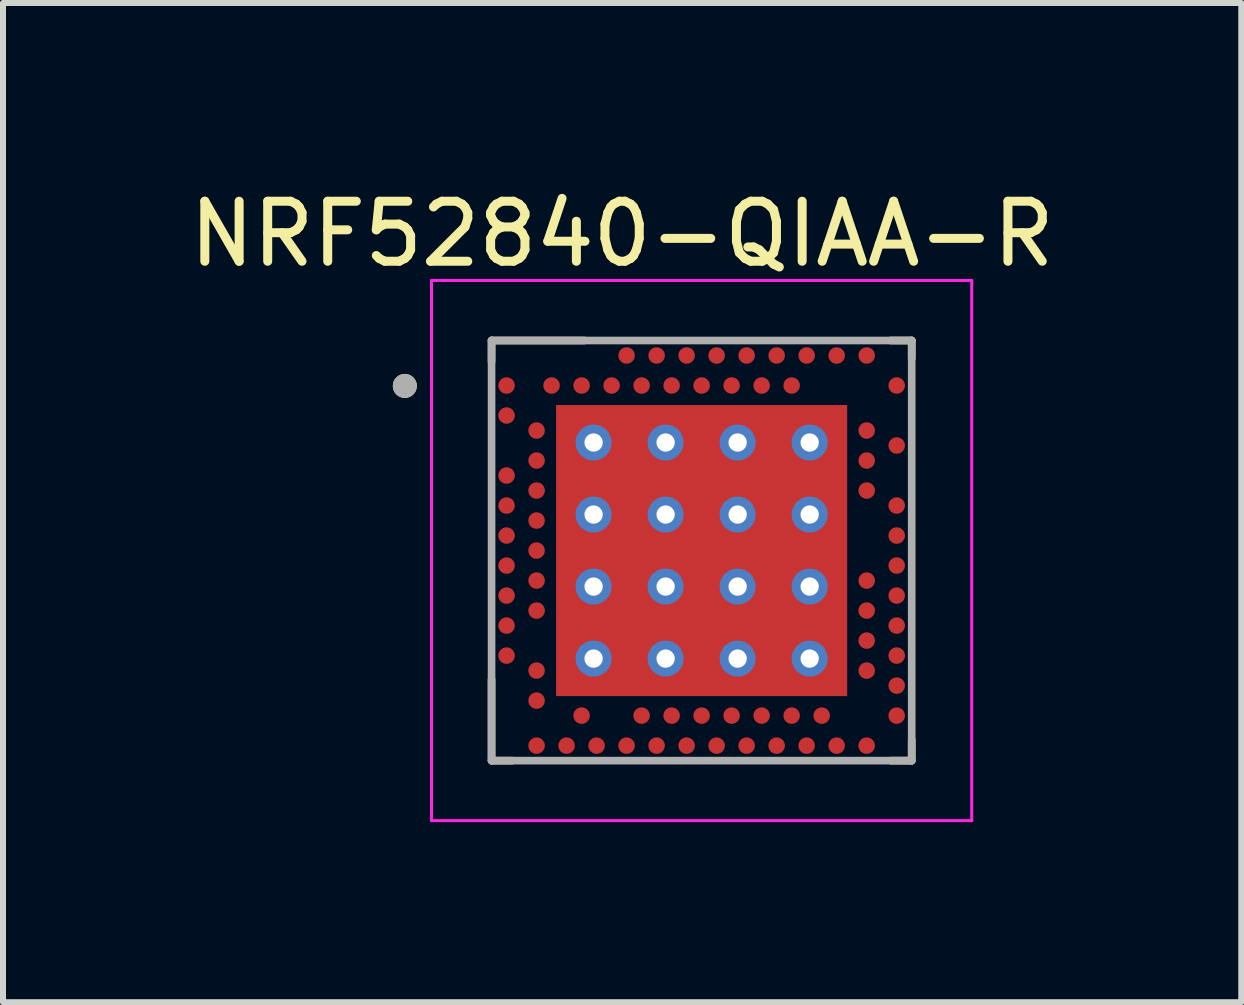
<source format=kicad_pcb>
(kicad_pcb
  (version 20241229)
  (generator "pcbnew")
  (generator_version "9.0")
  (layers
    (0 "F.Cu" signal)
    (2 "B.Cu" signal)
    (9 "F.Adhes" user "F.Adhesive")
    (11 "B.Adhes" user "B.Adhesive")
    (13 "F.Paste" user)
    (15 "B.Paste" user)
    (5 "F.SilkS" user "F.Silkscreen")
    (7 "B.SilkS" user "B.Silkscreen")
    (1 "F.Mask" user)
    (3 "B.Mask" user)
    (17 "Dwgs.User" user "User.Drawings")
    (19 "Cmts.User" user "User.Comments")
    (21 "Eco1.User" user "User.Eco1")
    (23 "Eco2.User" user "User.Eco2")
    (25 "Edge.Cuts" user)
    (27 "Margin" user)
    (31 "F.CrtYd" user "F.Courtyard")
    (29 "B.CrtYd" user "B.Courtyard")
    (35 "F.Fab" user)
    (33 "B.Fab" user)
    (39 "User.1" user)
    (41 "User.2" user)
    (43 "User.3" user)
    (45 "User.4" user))
  (footprint "NRF52840-QIAA-R"
    (layer "F.Cu")
    (at 8.64 6.123)
    (property "Reference" "NRF52840-QIAA-R" (at -1.325 -5.275 0) (layer "F.SilkS") (effects (font (size 1 1) (thickness 0.15))))
    (attr smd)
    (fp_line (start -3.5 -3.5) (end -1.95 -3.5) (stroke (width 0.127) (type solid)) (layer "F.SilkS"))
    (fp_line (start -3.5 -3.15) (end -3.5 -3.5) (stroke (width 0.127) (type solid)) (layer "F.SilkS"))
    (fp_line (start -3.5 3.5) (end -3.5 2.15) (stroke (width 0.127) (type solid)) (layer "F.SilkS"))
    (fp_line (start -3.15 3.5) (end -3.5 3.5) (stroke (width 0.127) (type solid)) (layer "F.SilkS"))
    (fp_line (start 3.15 -3.5) (end 3.5 -3.5) (stroke (width 0.127) (type solid)) (layer "F.SilkS"))
    (fp_line (start 3.5 -3.5) (end 3.5 -3.2) (stroke (width 0.127) (type solid)) (layer "F.SilkS"))
    (fp_line (start 3.5 3.15) (end 3.5 3.5) (stroke (width 0.127) (type solid)) (layer "F.SilkS"))
    (fp_line (start 3.5 3.5) (end 3.15 3.5) (stroke (width 0.127) (type solid)) (layer "F.SilkS"))
    (fp_circle (center -4.945 -2.743) (end -4.845 -2.743) (stroke (width 0.2) (type solid)) (fill no) (layer "F.SilkS"))
    (fp_poly (pts (xy -2.075 -2.075) (xy -0.355 -2.075) (xy -0.355 -0.355) (xy -2.075 -0.355)) (stroke (width 0.01) (type solid)) (fill yes) (layer "F.Paste"))
    (fp_poly (pts (xy -2.075 0.355) (xy -0.355 0.355) (xy -0.355 2.075) (xy -2.075 2.075)) (stroke (width 0.01) (type solid)) (fill yes) (layer "F.Paste"))
    (fp_poly (pts (xy 0.355 -2.075) (xy 2.075 -2.075) (xy 2.075 -0.355) (xy 0.355 -0.355)) (stroke (width 0.01) (type solid)) (fill yes) (layer "F.Paste"))
    (fp_poly (pts (xy 0.355 0.355) (xy 2.075 0.355) (xy 2.075 2.075) (xy 0.355 2.075)) (stroke (width 0.01) (type solid)) (fill yes) (layer "F.Paste"))
    (fp_line (start -4.5 -4.5) (end -4.5 4.5) (stroke (width 0.05) (type solid)) (layer "F.CrtYd"))
    (fp_line (start -4.5 4.5) (end 4.5 4.5) (stroke (width 0.05) (type solid)) (layer "F.CrtYd"))
    (fp_line (start 4.5 -4.5) (end -4.5 -4.5) (stroke (width 0.05) (type solid)) (layer "F.CrtYd"))
    (fp_line (start 4.5 4.5) (end 4.5 -4.5) (stroke (width 0.05) (type solid)) (layer "F.CrtYd"))
    (fp_line (start -3.5 -3.5) (end 3.5 -3.5) (stroke (width 0.127) (type solid)) (layer "F.Fab"))
    (fp_line (start -3.5 3.5) (end -3.5 -3.5) (stroke (width 0.127) (type solid)) (layer "F.Fab"))
    (fp_line (start 3.5 -3.5) (end 3.5 3.5) (stroke (width 0.127) (type solid)) (layer "F.Fab"))
    (fp_line (start 3.5 3.5) (end -3.5 3.5) (stroke (width 0.127) (type solid)) (layer "F.Fab"))
    (fp_circle (center -4.945 -2.743) (end -4.845 -2.743) (stroke (width 0.2) (type solid)) (fill no) (layer "F.Fab"))
    (pad "74" smd rect (at 0 0) (size 4.85 4.85) (layers "F.Cu" "F.Mask"))
    (pad "74_1" thru_hole circle (at -1.8 -1.8) (size 0.6 0.6) (drill 0.305) (layers "*.Cu"))
    (pad "74_2" thru_hole circle (at -0.6 -1.8) (size 0.6 0.6) (drill 0.305) (layers "*.Cu"))
    (pad "74_3" thru_hole circle (at 0.6 -1.8) (size 0.6 0.6) (drill 0.305) (layers "*.Cu"))
    (pad "74_4" thru_hole circle (at 1.8 -1.8) (size 0.6 0.6) (drill 0.305) (layers "*.Cu"))
    (pad "74_5" thru_hole circle (at -1.8 -0.6) (size 0.6 0.6) (drill 0.305) (layers "*.Cu"))
    (pad "74_6" thru_hole circle (at -0.6 -0.6) (size 0.6 0.6) (drill 0.305) (layers "*.Cu"))
    (pad "74_7" thru_hole circle (at 0.6 -0.6) (size 0.6 0.6) (drill 0.305) (layers "*.Cu"))
    (pad "74_8" thru_hole circle (at 1.8 -0.6) (size 0.6 0.6) (drill 0.305) (layers "*.Cu"))
    (pad "74_9" thru_hole circle (at -1.8 0.6) (size 0.6 0.6) (drill 0.305) (layers "*.Cu"))
    (pad "74_10" thru_hole circle (at -0.6 0.6) (size 0.6 0.6) (drill 0.305) (layers "*.Cu"))
    (pad "74_11" thru_hole circle (at 0.6 0.6) (size 0.6 0.6) (drill 0.305) (layers "*.Cu"))
    (pad "74_12" thru_hole circle (at 1.8 0.6) (size 0.6 0.6) (drill 0.305) (layers "*.Cu"))
    (pad "74_13" thru_hole circle (at -1.8 1.8) (size 0.6 0.6) (drill 0.305) (layers "*.Cu"))
    (pad "74_14" thru_hole circle (at -0.6 1.8) (size 0.6 0.6) (drill 0.305) (layers "*.Cu"))
    (pad "74_15" thru_hole circle (at 0.6 1.8) (size 0.6 0.6) (drill 0.305) (layers "*.Cu"))
    (pad "74_16" thru_hole circle (at 1.8 1.8) (size 0.6 0.6) (drill 0.305) (layers "*.Cu"))
    (pad "A8" smd circle (at -1.25 -3.25) (size 0.275 0.275) (layers "F.Cu" "F.Mask" "F.Paste"))
    (pad "A10" smd circle (at -0.75 -3.25) (size 0.275 0.275) (layers "F.Cu" "F.Mask" "F.Paste"))
    (pad "A12" smd circle (at -0.25 -3.25) (size 0.275 0.275) (layers "F.Cu" "F.Mask" "F.Paste"))
    (pad "A14" smd circle (at 0.25 -3.25) (size 0.275 0.275) (layers "F.Cu" "F.Mask" "F.Paste"))
    (pad "A16" smd circle (at 0.75 -3.25) (size 0.275 0.275) (layers "F.Cu" "F.Mask" "F.Paste"))
    (pad "A18" smd circle (at 1.25 -3.25) (size 0.275 0.275) (layers "F.Cu" "F.Mask" "F.Paste"))
    (pad "A20" smd circle (at 1.75 -3.25) (size 0.275 0.275) (layers "F.Cu" "F.Mask" "F.Paste"))
    (pad "A22" smd circle (at 2.25 -3.25) (size 0.275 0.275) (layers "F.Cu" "F.Mask" "F.Paste"))
    (pad "A23" smd circle (at 2.75 -3.25) (size 0.275 0.275) (layers "F.Cu" "F.Mask" "F.Paste"))
    (pad "AA24" smd circle (at 3.25 2.25) (size 0.275 0.275) (layers "F.Cu" "F.Mask" "F.Paste"))
    (pad "AB2" smd circle (at -2.75 2.5) (size 0.275 0.275) (layers "F.Cu" "F.Mask" "F.Paste"))
    (pad "AC5" smd circle (at -2 2.75) (size 0.275 0.275) (layers "F.Cu" "F.Mask" "F.Paste"))
    (pad "AC9" smd circle (at -1 2.75) (size 0.275 0.275) (layers "F.Cu" "F.Mask" "F.Paste"))
    (pad "AC11" smd circle (at -0.5 2.75) (size 0.275 0.275) (layers "F.Cu" "F.Mask" "F.Paste"))
    (pad "AC13" smd circle (at 0 2.75) (size 0.275 0.275) (layers "F.Cu" "F.Mask" "F.Paste"))
    (pad "AC15" smd circle (at 0.5 2.75) (size 0.275 0.275) (layers "F.Cu" "F.Mask" "F.Paste"))
    (pad "AC17" smd circle (at 1 2.75) (size 0.275 0.275) (layers "F.Cu" "F.Mask" "F.Paste"))
    (pad "AC19" smd circle (at 1.5 2.75) (size 0.275 0.275) (layers "F.Cu" "F.Mask" "F.Paste"))
    (pad "AC21" smd circle (at 2 2.75) (size 0.275 0.275) (layers "F.Cu" "F.Mask" "F.Paste"))
    (pad "AC24" smd circle (at 3.25 2.75) (size 0.275 0.275) (layers "F.Cu" "F.Mask" "F.Paste"))
    (pad "AD2" smd circle (at -2.75 3.25) (size 0.275 0.275) (layers "F.Cu" "F.Mask" "F.Paste"))
    (pad "AD4" smd circle (at -2.25 3.25) (size 0.275 0.275) (layers "F.Cu" "F.Mask" "F.Paste"))
    (pad "AD6" smd circle (at -1.75 3.25) (size 0.275 0.275) (layers "F.Cu" "F.Mask" "F.Paste"))
    (pad "AD8" smd circle (at -1.25 3.25) (size 0.275 0.275) (layers "F.Cu" "F.Mask" "F.Paste"))
    (pad "AD10" smd circle (at -0.75 3.25) (size 0.275 0.275) (layers "F.Cu" "F.Mask" "F.Paste"))
    (pad "AD12" smd circle (at -0.25 3.25) (size 0.275 0.275) (layers "F.Cu" "F.Mask" "F.Paste"))
    (pad "AD14" smd circle (at 0.25 3.25) (size 0.275 0.275) (layers "F.Cu" "F.Mask" "F.Paste"))
    (pad "AD16" smd circle (at 0.75 3.25) (size 0.275 0.275) (layers "F.Cu" "F.Mask" "F.Paste"))
    (pad "AD18" smd circle (at 1.25 3.25) (size 0.275 0.275) (layers "F.Cu" "F.Mask" "F.Paste"))
    (pad "AD20" smd circle (at 1.75 3.25) (size 0.275 0.275) (layers "F.Cu" "F.Mask" "F.Paste"))
    (pad "AD22" smd circle (at 2.25 3.25) (size 0.275 0.275) (layers "F.Cu" "F.Mask" "F.Paste"))
    (pad "AD23" smd circle (at 2.75 3.25) (size 0.275 0.275) (layers "F.Cu" "F.Mask" "F.Paste"))
    (pad "B1" smd circle (at -3.25 -2.75) (size 0.275 0.275) (layers "F.Cu" "F.Mask" "F.Paste"))
    (pad "B3" smd circle (at -2.5 -2.75) (size 0.275 0.275) (layers "F.Cu" "F.Mask" "F.Paste"))
    (pad "B5" smd circle (at -2 -2.75) (size 0.275 0.275) (layers "F.Cu" "F.Mask" "F.Paste"))
    (pad "B7" smd circle (at -1.5 -2.75) (size 0.275 0.275) (layers "F.Cu" "F.Mask" "F.Paste"))
    (pad "B9" smd circle (at -1 -2.75) (size 0.275 0.275) (layers "F.Cu" "F.Mask" "F.Paste"))
    (pad "B11" smd circle (at -0.5 -2.75) (size 0.275 0.275) (layers "F.Cu" "F.Mask" "F.Paste"))
    (pad "B13" smd circle (at 0 -2.75) (size 0.275 0.275) (layers "F.Cu" "F.Mask" "F.Paste"))
    (pad "B15" smd circle (at 0.5 -2.75) (size 0.275 0.275) (layers "F.Cu" "F.Mask" "F.Paste"))
    (pad "B17" smd circle (at 1 -2.75) (size 0.275 0.275) (layers "F.Cu" "F.Mask" "F.Paste"))
    (pad "B19" smd circle (at 1.5 -2.75) (size 0.275 0.275) (layers "F.Cu" "F.Mask" "F.Paste"))
    (pad "B24" smd circle (at 3.25 -2.75) (size 0.275 0.275) (layers "F.Cu" "F.Mask" "F.Paste"))
    (pad "C1" smd circle (at -3.25 -2.25) (size 0.275 0.275) (layers "F.Cu" "F.Mask" "F.Paste"))
    (pad "D2" smd circle (at -2.75 -2) (size 0.275 0.275) (layers "F.Cu" "F.Mask" "F.Paste"))
    (pad "D23" smd circle (at 2.75 -2) (size 0.275 0.275) (layers "F.Cu" "F.Mask" "F.Paste"))
    (pad "E24" smd circle (at 3.25 -1.75) (size 0.275 0.275) (layers "F.Cu" "F.Mask" "F.Paste"))
    (pad "F2" smd circle (at -2.75 -1.5) (size 0.275 0.275) (layers "F.Cu" "F.Mask" "F.Paste"))
    (pad "F23" smd circle (at 2.75 -1.5) (size 0.275 0.275) (layers "F.Cu" "F.Mask" "F.Paste"))
    (pad "G1" smd circle (at -3.25 -1.25) (size 0.275 0.275) (layers "F.Cu" "F.Mask" "F.Paste"))
    (pad "H2" smd circle (at -2.75 -1) (size 0.275 0.275) (layers "F.Cu" "F.Mask" "F.Paste"))
    (pad "H23" smd circle (at 2.75 -1) (size 0.275 0.275) (layers "F.Cu" "F.Mask" "F.Paste"))
    (pad "J1" smd circle (at -3.25 -0.75) (size 0.275 0.275) (layers "F.Cu" "F.Mask" "F.Paste"))
    (pad "J24" smd circle (at 3.25 -0.75) (size 0.275 0.275) (layers "F.Cu" "F.Mask" "F.Paste"))
    (pad "K2" smd circle (at -2.75 -0.5) (size 0.275 0.275) (layers "F.Cu" "F.Mask" "F.Paste"))
    (pad "L1" smd circle (at -3.25 -0.25) (size 0.275 0.275) (layers "F.Cu" "F.Mask" "F.Paste"))
    (pad "L24" smd circle (at 3.25 -0.25) (size 0.275 0.275) (layers "F.Cu" "F.Mask" "F.Paste"))
    (pad "M2" smd circle (at -2.75 0) (size 0.275 0.275) (layers "F.Cu" "F.Mask" "F.Paste"))
    (pad "N1" smd circle (at -3.25 0.25) (size 0.275 0.275) (layers "F.Cu" "F.Mask" "F.Paste"))
    (pad "N24" smd circle (at 3.25 0.25) (size 0.275 0.275) (layers "F.Cu" "F.Mask" "F.Paste"))
    (pad "P2" smd circle (at -2.75 0.5) (size 0.275 0.275) (layers "F.Cu" "F.Mask" "F.Paste"))
    (pad "P23" smd circle (at 2.75 0.5) (size 0.275 0.275) (layers "F.Cu" "F.Mask" "F.Paste"))
    (pad "R1" smd circle (at -3.25 0.75) (size 0.275 0.275) (layers "F.Cu" "F.Mask" "F.Paste"))
    (pad "R24" smd circle (at 3.25 0.75) (size 0.275 0.275) (layers "F.Cu" "F.Mask" "F.Paste"))
    (pad "T2" smd circle (at -2.75 1) (size 0.275 0.275) (layers "F.Cu" "F.Mask" "F.Paste"))
    (pad "T23" smd circle (at 2.75 1) (size 0.275 0.275) (layers "F.Cu" "F.Mask" "F.Paste"))
    (pad "U1" smd circle (at -3.25 1.25) (size 0.275 0.275) (layers "F.Cu" "F.Mask" "F.Paste"))
    (pad "U24" smd circle (at 3.25 1.25) (size 0.275 0.275) (layers "F.Cu" "F.Mask" "F.Paste"))
    (pad "V23" smd circle (at 2.75 1.5) (size 0.275 0.275) (layers "F.Cu" "F.Mask" "F.Paste"))
    (pad "W1" smd circle (at -3.25 1.75) (size 0.275 0.275) (layers "F.Cu" "F.Mask" "F.Paste"))
    (pad "W24" smd circle (at 3.25 1.75) (size 0.275 0.275) (layers "F.Cu" "F.Mask" "F.Paste"))
    (pad "Y2" smd circle (at -2.75 2) (size 0.275 0.275) (layers "F.Cu" "F.Mask" "F.Paste"))
    (pad "Y23" smd circle (at 2.75 2) (size 0.275 0.275) (layers "F.Cu" "F.Mask" "F.Paste")))
  (gr_rect
    (start -3 -3)
    (end 17.631 13.648)
    (stroke (width 0.1) (type default))
    (fill no)
    (layer "Edge.Cuts")))
</source>
